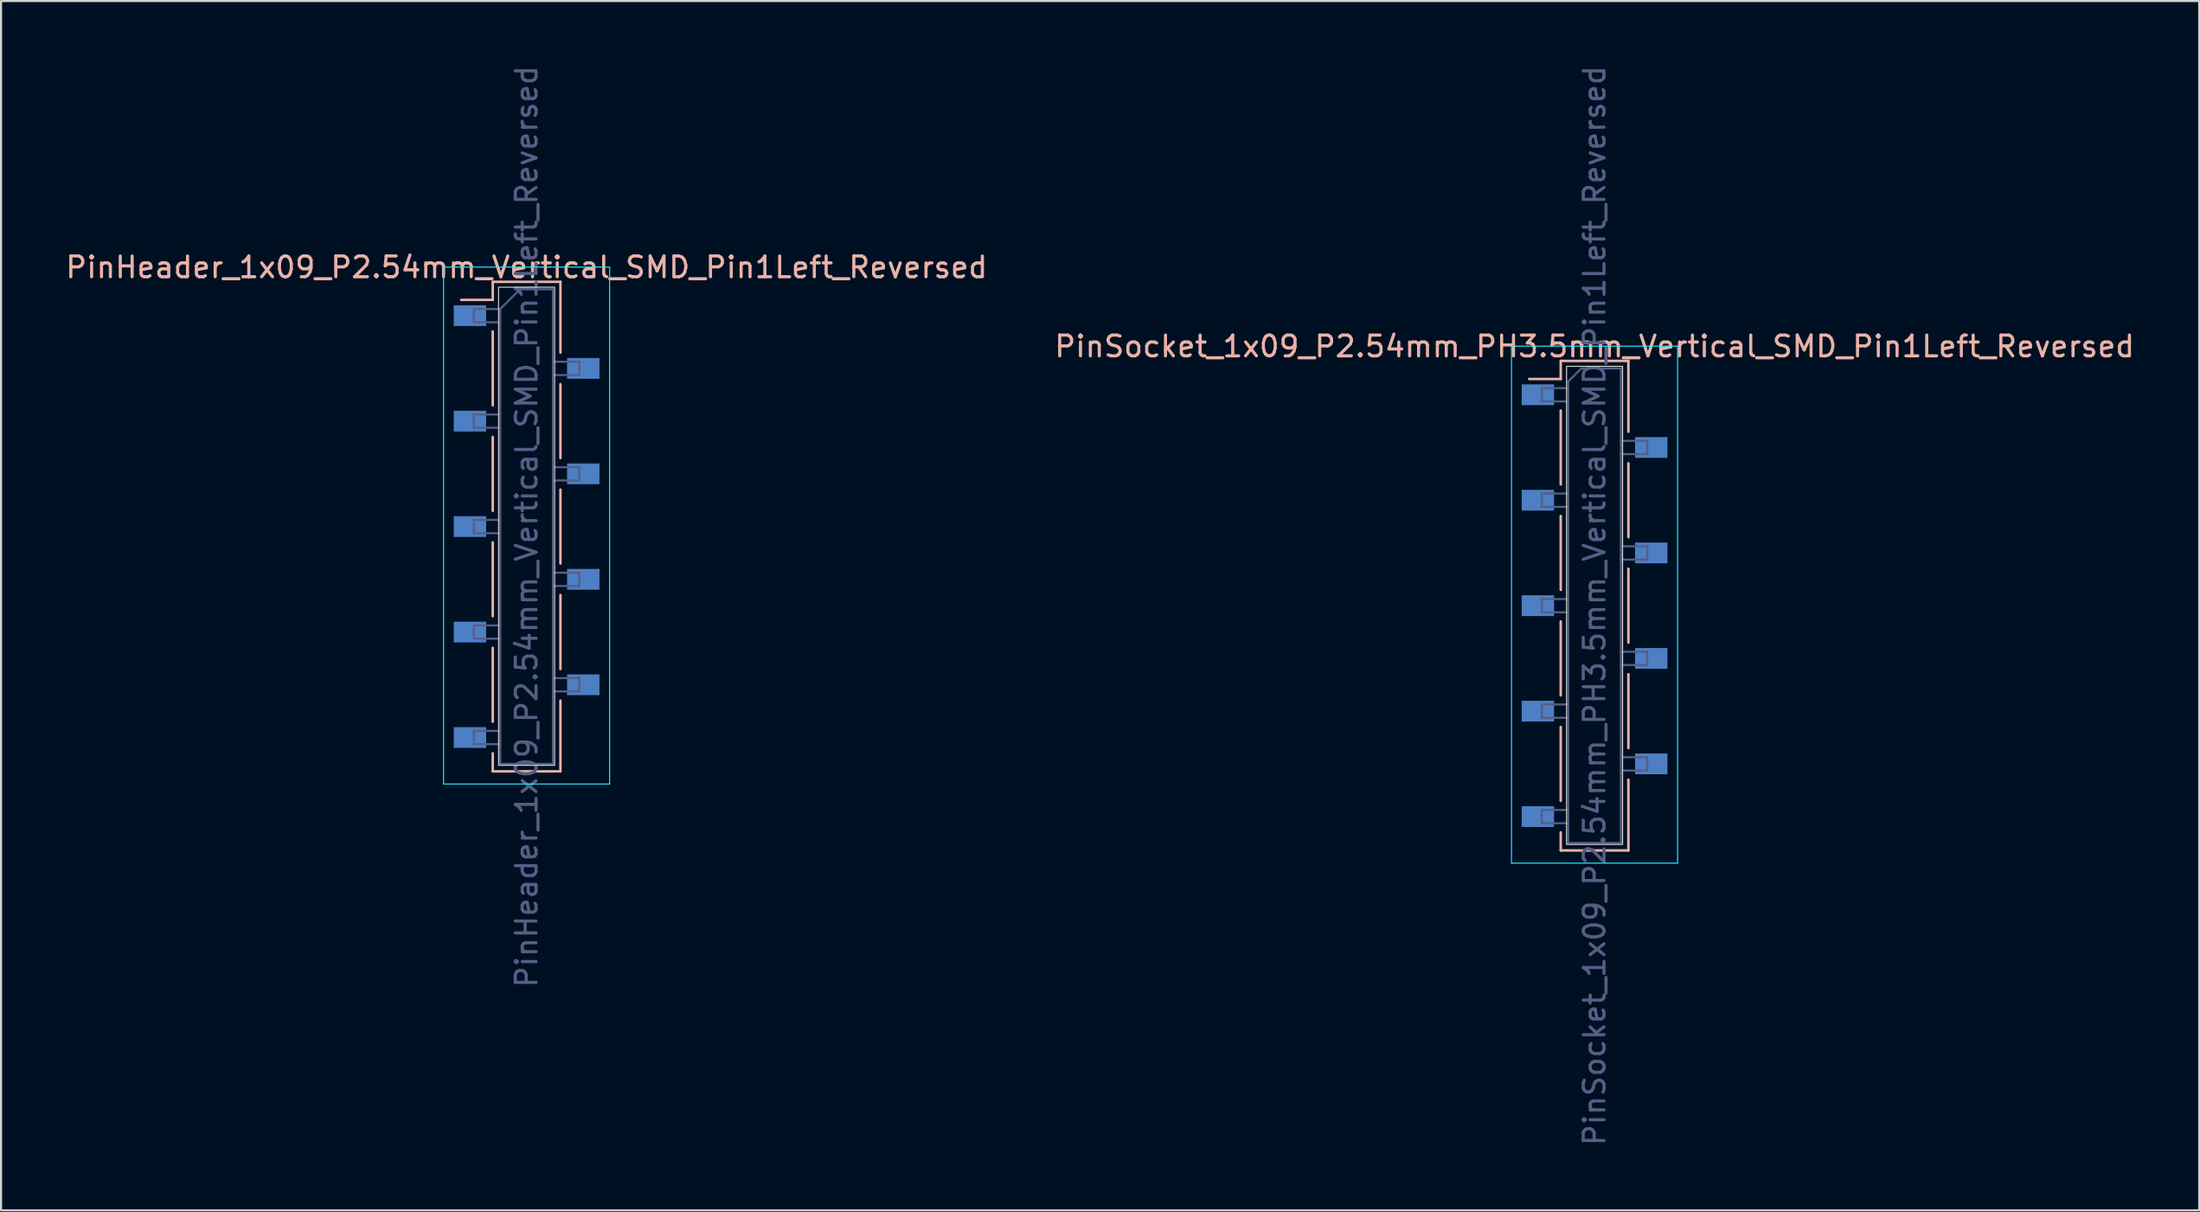
<source format=kicad_pcb>
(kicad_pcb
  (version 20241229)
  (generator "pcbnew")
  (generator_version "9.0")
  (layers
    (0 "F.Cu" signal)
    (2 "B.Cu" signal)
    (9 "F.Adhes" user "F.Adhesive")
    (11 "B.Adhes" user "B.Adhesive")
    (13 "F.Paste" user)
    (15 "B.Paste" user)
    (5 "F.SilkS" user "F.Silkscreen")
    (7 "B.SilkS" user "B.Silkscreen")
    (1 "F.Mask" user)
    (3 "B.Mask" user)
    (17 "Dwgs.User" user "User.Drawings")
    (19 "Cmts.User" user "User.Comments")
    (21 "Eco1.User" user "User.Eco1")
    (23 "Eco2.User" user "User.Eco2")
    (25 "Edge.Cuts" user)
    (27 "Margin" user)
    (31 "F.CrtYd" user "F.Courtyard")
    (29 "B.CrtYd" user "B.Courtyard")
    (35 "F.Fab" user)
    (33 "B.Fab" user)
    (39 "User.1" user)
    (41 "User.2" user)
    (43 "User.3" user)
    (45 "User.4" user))
  (footprint "PinSocket_1x09_P2.54mm_PH3.5mm_Vertical_SMD_Pin1Left_Reversed"
    (layer "F.Cu")
    (at 73.756 26.125)
    (property "Reference" "PinSocket_1x09_P2.54mm_PH3.5mm_Vertical_SMD_Pin1Left_Reversed" (at 0 -12.49 0) (layer "B.SilkS") (effects (font (size 1 1) (thickness 0.15))))
    (attr smd)
    (fp_line (start -1.63 -11.79) (end -1.63 -10.92) (stroke (width 0.12) (type solid)) (layer "B.SilkS"))
    (fp_line (start -1.63 -11.79) (end 1.63 -11.79) (stroke (width 0.12) (type solid)) (layer "B.SilkS"))
    (fp_line (start -1.63 -10.92) (end -3.15 -10.92) (stroke (width 0.12) (type solid)) (layer "B.SilkS"))
    (fp_line (start -1.63 -9.4) (end -1.63 -5.84) (stroke (width 0.12) (type solid)) (layer "B.SilkS"))
    (fp_line (start -1.63 -4.32) (end -1.63 -0.76) (stroke (width 0.12) (type solid)) (layer "B.SilkS"))
    (fp_line (start -1.63 0.76) (end -1.63 4.32) (stroke (width 0.12) (type solid)) (layer "B.SilkS"))
    (fp_line (start -1.63 5.84) (end -1.63 9.4) (stroke (width 0.12) (type solid)) (layer "B.SilkS"))
    (fp_line (start -1.63 10.92) (end -1.63 11.79) (stroke (width 0.12) (type solid)) (layer "B.SilkS"))
    (fp_line (start -1.63 11.79) (end 1.63 11.79) (stroke (width 0.12) (type solid)) (layer "B.SilkS"))
    (fp_line (start 1.63 -11.79) (end 1.63 -8.38) (stroke (width 0.12) (type solid)) (layer "B.SilkS"))
    (fp_line (start 1.63 -6.86) (end 1.63 -3.3) (stroke (width 0.12) (type solid)) (layer "B.SilkS"))
    (fp_line (start 1.63 -1.78) (end 1.63 1.78) (stroke (width 0.12) (type solid)) (layer "B.SilkS"))
    (fp_line (start 1.63 3.3) (end 1.63 6.86) (stroke (width 0.12) (type solid)) (layer "B.SilkS"))
    (fp_line (start 1.63 8.38) (end 1.63 11.19) (stroke (width 0.12) (type solid)) (layer "B.SilkS"))
    (fp_line (start 1.63 11.22) (end 1.63 11.79) (stroke (width 0.12) (type solid)) (layer "B.SilkS"))
    (fp_rect (start -1.35 -11.53) (end 1.35 11.5) (stroke (width 0.05) (type default)) (fill no) (layer "Edge.Cuts"))
    (fp_line (start -4 -12.5) (end -4 12.4) (stroke (width 0.05) (type solid)) (layer "B.CrtYd"))
    (fp_line (start -4 12.4) (end 4 12.4) (stroke (width 0.05) (type solid)) (layer "B.CrtYd"))
    (fp_line (start 4 -12.5) (end -4 -12.5) (stroke (width 0.05) (type solid)) (layer "B.CrtYd"))
    (fp_line (start 4 12.4) (end 4 -12.5) (stroke (width 0.05) (type solid)) (layer "B.CrtYd"))
    (fp_line (start -2.54 -10.48) (end -2.54 -9.84) (stroke (width 0.1) (type solid)) (layer "B.Fab"))
    (fp_line (start -2.54 -9.84) (end -1.27 -9.84) (stroke (width 0.1) (type solid)) (layer "B.Fab"))
    (fp_line (start -2.54 -5.4) (end -2.54 -4.76) (stroke (width 0.1) (type solid)) (layer "B.Fab"))
    (fp_line (start -2.54 -4.76) (end -1.27 -4.76) (stroke (width 0.1) (type solid)) (layer "B.Fab"))
    (fp_line (start -2.54 -0.32) (end -2.54 0.32) (stroke (width 0.1) (type solid)) (layer "B.Fab"))
    (fp_line (start -2.54 0.32) (end -1.27 0.32) (stroke (width 0.1) (type solid)) (layer "B.Fab"))
    (fp_line (start -2.54 4.76) (end -2.54 5.4) (stroke (width 0.1) (type solid)) (layer "B.Fab"))
    (fp_line (start -2.54 5.4) (end -1.27 5.4) (stroke (width 0.1) (type solid)) (layer "B.Fab"))
    (fp_line (start -2.54 9.84) (end -2.54 10.48) (stroke (width 0.1) (type solid)) (layer "B.Fab"))
    (fp_line (start -2.54 10.48) (end -1.27 10.48) (stroke (width 0.1) (type solid)) (layer "B.Fab"))
    (fp_line (start -1.27 -10.795) (end -0.635 -11.43) (stroke (width 0.1) (type solid)) (layer "B.Fab"))
    (fp_line (start -1.27 -10.48) (end -2.54 -10.48) (stroke (width 0.1) (type solid)) (layer "B.Fab"))
    (fp_line (start -1.27 -5.4) (end -2.54 -5.4) (stroke (width 0.1) (type solid)) (layer "B.Fab"))
    (fp_line (start -1.27 -0.32) (end -2.54 -0.32) (stroke (width 0.1) (type solid)) (layer "B.Fab"))
    (fp_line (start -1.27 4.76) (end -2.54 4.76) (stroke (width 0.1) (type solid)) (layer "B.Fab"))
    (fp_line (start -1.27 9.84) (end -2.54 9.84) (stroke (width 0.1) (type solid)) (layer "B.Fab"))
    (fp_line (start -1.27 11.43) (end -1.27 -10.795) (stroke (width 0.1) (type solid)) (layer "B.Fab"))
    (fp_line (start -0.635 -11.43) (end 1.27 -11.43) (stroke (width 0.1) (type solid)) (layer "B.Fab"))
    (fp_line (start 1.27 -11.43) (end 1.27 11.43) (stroke (width 0.1) (type solid)) (layer "B.Fab"))
    (fp_line (start 1.27 -7.94) (end 2.54 -7.94) (stroke (width 0.1) (type solid)) (layer "B.Fab"))
    (fp_line (start 1.27 -2.86) (end 2.54 -2.86) (stroke (width 0.1) (type solid)) (layer "B.Fab"))
    (fp_line (start 1.27 2.22) (end 2.54 2.22) (stroke (width 0.1) (type solid)) (layer "B.Fab"))
    (fp_line (start 1.27 7.3) (end 2.54 7.3) (stroke (width 0.1) (type solid)) (layer "B.Fab"))
    (fp_line (start 1.27 11.43) (end -1.27 11.43) (stroke (width 0.1) (type solid)) (layer "B.Fab"))
    (fp_line (start 2.54 -7.94) (end 2.54 -7.3) (stroke (width 0.1) (type solid)) (layer "B.Fab"))
    (fp_line (start 2.54 -7.3) (end 1.27 -7.3) (stroke (width 0.1) (type solid)) (layer "B.Fab"))
    (fp_line (start 2.54 -2.86) (end 2.54 -2.22) (stroke (width 0.1) (type solid)) (layer "B.Fab"))
    (fp_line (start 2.54 -2.22) (end 1.27 -2.22) (stroke (width 0.1) (type solid)) (layer "B.Fab"))
    (fp_line (start 2.54 2.22) (end 2.54 2.86) (stroke (width 0.1) (type solid)) (layer "B.Fab"))
    (fp_line (start 2.54 2.86) (end 1.27 2.86) (stroke (width 0.1) (type solid)) (layer "B.Fab"))
    (fp_line (start 2.54 7.3) (end 2.54 7.94) (stroke (width 0.1) (type solid)) (layer "B.Fab"))
    (fp_line (start 2.54 7.94) (end 1.27 7.94) (stroke (width 0.1) (type solid)) (layer "B.Fab"))
    (fp_text user "${REFERENCE}" (at 0 0 90) (layer "B.Fab") (effects (font (size 1 1) (thickness 0.15))))
    (pad "1" smd rect (at -2.73 -10.16) (size 1.56 1) (layers "B.Cu" "B.Mask" "B.Paste"))
    (pad "2" smd rect (at 2.73 -7.62) (size 1.56 1) (layers "B.Cu" "B.Mask" "B.Paste"))
    (pad "3" smd rect (at -2.73 -5.08) (size 1.56 1) (layers "B.Cu" "B.Mask" "B.Paste"))
    (pad "4" smd rect (at 2.73 -2.54) (size 1.56 1) (layers "B.Cu" "B.Mask" "B.Paste"))
    (pad "5" smd rect (at -2.73 0) (size 1.56 1) (layers "B.Cu" "B.Mask" "B.Paste"))
    (pad "6" smd rect (at 2.73 2.54) (size 1.56 1) (layers "B.Cu" "B.Mask" "B.Paste"))
    (pad "7" smd rect (at -2.73 5.08) (size 1.56 1) (layers "B.Cu" "B.Mask" "B.Paste"))
    (pad "8" smd rect (at 2.73 7.62) (size 1.56 1) (layers "B.Cu" "B.Mask" "B.Paste"))
    (pad "9" smd rect (at -2.73 10.16) (size 1.56 1) (layers "B.Cu" "B.Mask" "B.Paste")))
  (footprint "PinHeader_1x09_P2.54mm_Vertical_SMD_Pin1Left_Reversed"
    (layer "F.Cu")
    (at 22.315 22.315)
    (property "Reference" "PinHeader_1x09_P2.54mm_Vertical_SMD_Pin1Left_Reversed" (at 0 -12.49 0) (layer "B.SilkS") (effects (font (size 1 1) (thickness 0.15))))
    (attr smd)
    (fp_line (start -1.63 -11.79) (end -1.63 -10.92) (stroke (width 0.12) (type solid)) (layer "B.SilkS"))
    (fp_line (start -1.63 -11.79) (end 1.63 -11.79) (stroke (width 0.12) (type solid)) (layer "B.SilkS"))
    (fp_line (start -1.63 -10.92) (end -3.15 -10.92) (stroke (width 0.12) (type solid)) (layer "B.SilkS"))
    (fp_line (start -1.63 -9.4) (end -1.63 -5.84) (stroke (width 0.12) (type solid)) (layer "B.SilkS"))
    (fp_line (start -1.63 -4.32) (end -1.63 -0.76) (stroke (width 0.12) (type solid)) (layer "B.SilkS"))
    (fp_line (start -1.63 0.76) (end -1.63 4.32) (stroke (width 0.12) (type solid)) (layer "B.SilkS"))
    (fp_line (start -1.63 5.84) (end -1.63 9.4) (stroke (width 0.12) (type solid)) (layer "B.SilkS"))
    (fp_line (start -1.63 10.92) (end -1.63 11.79) (stroke (width 0.12) (type solid)) (layer "B.SilkS"))
    (fp_line (start -1.63 11.79) (end 1.63 11.79) (stroke (width 0.12) (type solid)) (layer "B.SilkS"))
    (fp_line (start 1.63 -11.79) (end 1.63 -8.38) (stroke (width 0.12) (type solid)) (layer "B.SilkS"))
    (fp_line (start 1.63 -6.86) (end 1.63 -3.3) (stroke (width 0.12) (type solid)) (layer "B.SilkS"))
    (fp_line (start 1.63 -1.78) (end 1.63 1.78) (stroke (width 0.12) (type solid)) (layer "B.SilkS"))
    (fp_line (start 1.63 3.3) (end 1.63 6.86) (stroke (width 0.12) (type solid)) (layer "B.SilkS"))
    (fp_line (start 1.63 8.38) (end 1.63 11.19) (stroke (width 0.12) (type solid)) (layer "B.SilkS"))
    (fp_line (start 1.63 11.22) (end 1.63 11.79) (stroke (width 0.12) (type solid)) (layer "B.SilkS"))
    (fp_rect (start -1.35 -11.53) (end 1.35 11.5) (stroke (width 0.05) (type default)) (fill no) (layer "Edge.Cuts"))
    (fp_line (start -4 -12.5) (end -4 12.4) (stroke (width 0.05) (type solid)) (layer "B.CrtYd"))
    (fp_line (start -4 12.4) (end 4 12.4) (stroke (width 0.05) (type solid)) (layer "B.CrtYd"))
    (fp_line (start 4 -12.5) (end -4 -12.5) (stroke (width 0.05) (type solid)) (layer "B.CrtYd"))
    (fp_line (start 4 12.4) (end 4 -12.5) (stroke (width 0.05) (type solid)) (layer "B.CrtYd"))
    (fp_line (start -2.54 -10.48) (end -2.54 -9.84) (stroke (width 0.1) (type solid)) (layer "B.Fab"))
    (fp_line (start -2.54 -9.84) (end -1.27 -9.84) (stroke (width 0.1) (type solid)) (layer "B.Fab"))
    (fp_line (start -2.54 -5.4) (end -2.54 -4.76) (stroke (width 0.1) (type solid)) (layer "B.Fab"))
    (fp_line (start -2.54 -4.76) (end -1.27 -4.76) (stroke (width 0.1) (type solid)) (layer "B.Fab"))
    (fp_line (start -2.54 -0.32) (end -2.54 0.32) (stroke (width 0.1) (type solid)) (layer "B.Fab"))
    (fp_line (start -2.54 0.32) (end -1.27 0.32) (stroke (width 0.1) (type solid)) (layer "B.Fab"))
    (fp_line (start -2.54 4.76) (end -2.54 5.4) (stroke (width 0.1) (type solid)) (layer "B.Fab"))
    (fp_line (start -2.54 5.4) (end -1.27 5.4) (stroke (width 0.1) (type solid)) (layer "B.Fab"))
    (fp_line (start -2.54 9.84) (end -2.54 10.48) (stroke (width 0.1) (type solid)) (layer "B.Fab"))
    (fp_line (start -2.54 10.48) (end -1.27 10.48) (stroke (width 0.1) (type solid)) (layer "B.Fab"))
    (fp_line (start -1.27 -10.48) (end -2.54 -10.48) (stroke (width 0.1) (type solid)) (layer "B.Fab"))
    (fp_line (start -1.27 -10.48) (end -0.32 -11.43) (stroke (width 0.1) (type solid)) (layer "B.Fab"))
    (fp_line (start -1.27 -5.4) (end -2.54 -5.4) (stroke (width 0.1) (type solid)) (layer "B.Fab"))
    (fp_line (start -1.27 -0.32) (end -2.54 -0.32) (stroke (width 0.1) (type solid)) (layer "B.Fab"))
    (fp_line (start -1.27 4.76) (end -2.54 4.76) (stroke (width 0.1) (type solid)) (layer "B.Fab"))
    (fp_line (start -1.27 9.84) (end -2.54 9.84) (stroke (width 0.1) (type solid)) (layer "B.Fab"))
    (fp_line (start -1.27 11.43) (end -1.27 -10.48) (stroke (width 0.1) (type solid)) (layer "B.Fab"))
    (fp_line (start -0.32 -11.43) (end 1.27 -11.43) (stroke (width 0.1) (type solid)) (layer "B.Fab"))
    (fp_line (start 1.27 -11.43) (end 1.27 11.43) (stroke (width 0.1) (type solid)) (layer "B.Fab"))
    (fp_line (start 1.27 -7.94) (end 2.54 -7.94) (stroke (width 0.1) (type solid)) (layer "B.Fab"))
    (fp_line (start 1.27 -2.86) (end 2.54 -2.86) (stroke (width 0.1) (type solid)) (layer "B.Fab"))
    (fp_line (start 1.27 2.22) (end 2.54 2.22) (stroke (width 0.1) (type solid)) (layer "B.Fab"))
    (fp_line (start 1.27 7.3) (end 2.54 7.3) (stroke (width 0.1) (type solid)) (layer "B.Fab"))
    (fp_line (start 1.27 11.43) (end -1.27 11.43) (stroke (width 0.1) (type solid)) (layer "B.Fab"))
    (fp_line (start 2.54 -7.94) (end 2.54 -7.3) (stroke (width 0.1) (type solid)) (layer "B.Fab"))
    (fp_line (start 2.54 -7.3) (end 1.27 -7.3) (stroke (width 0.1) (type solid)) (layer "B.Fab"))
    (fp_line (start 2.54 -2.86) (end 2.54 -2.22) (stroke (width 0.1) (type solid)) (layer "B.Fab"))
    (fp_line (start 2.54 -2.22) (end 1.27 -2.22) (stroke (width 0.1) (type solid)) (layer "B.Fab"))
    (fp_line (start 2.54 2.22) (end 2.54 2.86) (stroke (width 0.1) (type solid)) (layer "B.Fab"))
    (fp_line (start 2.54 2.86) (end 1.27 2.86) (stroke (width 0.1) (type solid)) (layer "B.Fab"))
    (fp_line (start 2.54 7.3) (end 2.54 7.94) (stroke (width 0.1) (type solid)) (layer "B.Fab"))
    (fp_line (start 2.54 7.94) (end 1.27 7.94) (stroke (width 0.1) (type solid)) (layer "B.Fab"))
    (fp_text user "${REFERENCE}" (at 0 0 90) (layer "B.Fab") (effects (font (size 1 1) (thickness 0.15))))
    (pad "1" smd rect (at -2.73 -10.16) (size 1.56 1) (layers "B.Cu" "B.Mask" "B.Paste"))
    (pad "2" smd rect (at 2.73 -7.62) (size 1.56 1) (layers "B.Cu" "B.Mask" "B.Paste"))
    (pad "3" smd rect (at -2.73 -5.08) (size 1.56 1) (layers "B.Cu" "B.Mask" "B.Paste"))
    (pad "4" smd rect (at 2.73 -2.54) (size 1.56 1) (layers "B.Cu" "B.Mask" "B.Paste"))
    (pad "5" smd rect (at -2.73 0) (size 1.56 1) (layers "B.Cu" "B.Mask" "B.Paste"))
    (pad "6" smd rect (at 2.73 2.54) (size 1.56 1) (layers "B.Cu" "B.Mask" "B.Paste"))
    (pad "7" smd rect (at -2.73 5.08) (size 1.56 1) (layers "B.Cu" "B.Mask" "B.Paste"))
    (pad "8" smd rect (at 2.73 7.62) (size 1.56 1) (layers "B.Cu" "B.Mask" "B.Paste"))
    (pad "9" smd rect (at -2.73 10.16) (size 1.56 1) (layers "B.Cu" "B.Mask" "B.Paste")))
  (gr_rect
    (start -3 -3)
    (end 102.881 55.25)
    (stroke (width 0.1) (type default))
    (fill no)
    (layer "Edge.Cuts")))
</source>
